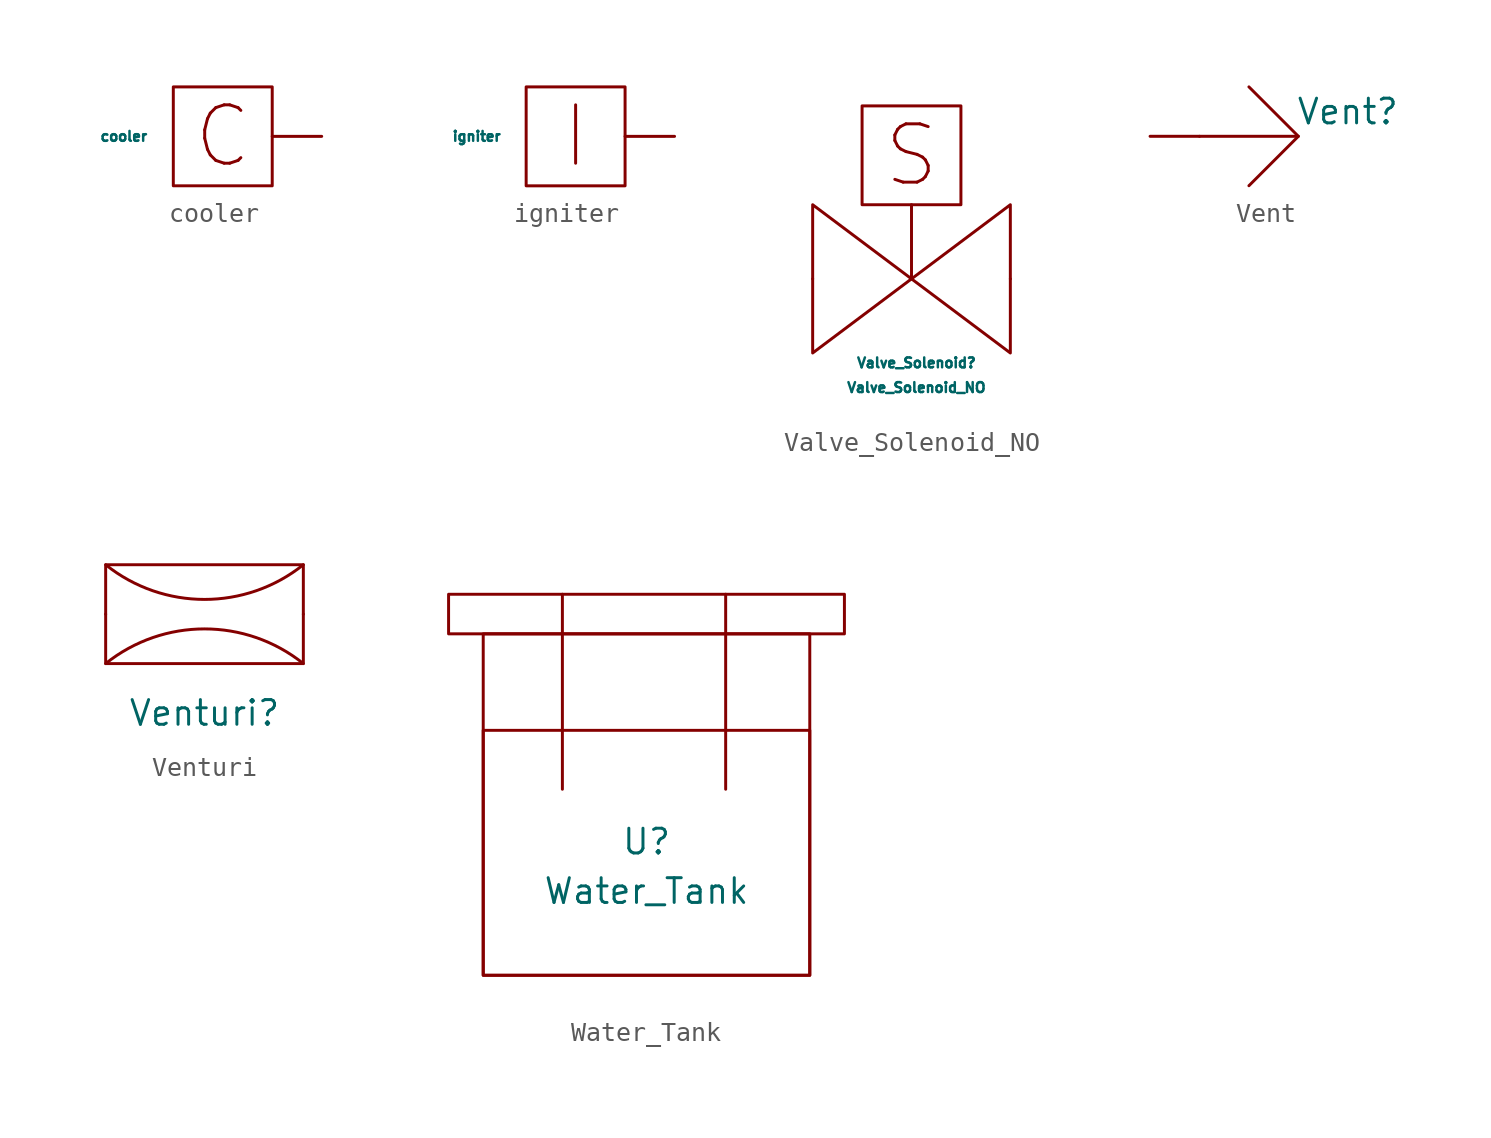
<source format=kicad_sym>
(kicad_symbol_lib
  (version 20211014)
  (generator kicad_symbol_editor)
  (symbol "cooler"
    (pin_names
      (offset 1.016))
    (property "Reference" "cooler"
      (at -5.08 2.286 0)
      (effects (font (size 0.508 0.508)) hide))
    (property "Value" "cooler"
      (at -5.08 0 0)
      (effects (font (size 0.508 0.508))))
    (symbol "cooler_0_0"
      (text "C" (at 0 0 0) (effects (font (size 2.997 2.997)))))
    (symbol "cooler_0_1"
      (rectangle (start -2.54 2.54) (end 2.54 -2.54) (stroke (width 0) (type default) (color 0 0 0 0)) (fill (type none))))
    (symbol "cooler_1_1"
      (pin input line (at 5.08 0 180) (length 2.54) (name "~" (effects (font (size 1.27 1.27)))) (number "~" (effects (font (size 1.27 1.27)))))))
  (symbol "igniter"
    (pin_names
      (offset 1.016))
    (property "Reference" "igniter"
      (at -5.08 2.286 0)
      (effects (font (size 0.508 0.508)) hide))
    (property "Value" "igniter"
      (at -5.08 0 0)
      (effects (font (size 0.508 0.508))))
    (symbol "igniter_0_0"
      (text "I" (at 0 0 0) (effects (font (size 2.997 2.997)))))
    (symbol "igniter_0_1"
      (rectangle (start -2.54 2.54) (end 2.54 -2.54) (stroke (width 0) (type default) (color 0 0 0 0)) (fill (type none))))
    (symbol "igniter_1_1"
      (pin input line (at 5.08 0 180) (length 2.54) (name "~" (effects (font (size 1.27 1.27)))) (number "~" (effects (font (size 1.27 1.27)))))))
  (symbol "Valve_Solenoid_NO"
    (pin_numbers hide)
    (pin_names
      (offset 1.016))
    (property "Reference" "Valve_Solenoid"
      (at 0.254 -4.318 0)
      (effects (font (size 0.508 0.508))))
    (property "Value" "Valve_Solenoid_NO"
      (at 0.254 -5.588 0)
      (effects (font (size 0.508 0.508))))
    (symbol "Valve_Solenoid_NO_0_0"
      (rectangle (start -2.54 3.81) (end 2.54 8.89) (stroke (width 0) (type default) (color 0 0 0 0)) (fill (type none)))
      (text "S" (at 0 6.35 0) (effects (font (size 2.997 2.997)))))
    (symbol "Valve_Solenoid_NO_0_1"
      (polyline (pts (xy 0 3.81) (xy 0 0)) (stroke (width 0) (type default) (color 0 0 0 0)) (fill (type none))))
    (symbol "Valve_Solenoid_NO_1_1"
      (polyline (pts (xy 0 0) (xy -5.08 3.81) (xy -5.08 -3.81) (xy 0 0)) (stroke (width 0) (type default) (color 0 0 0 0)) (fill (type none)))
      (polyline (pts (xy 5.08 3.81) (xy 0 0) (xy 5.08 -3.81) (xy 5.08 3.81)) (stroke (width 0) (type default) (color 0 0 0 0)) (fill (type none)))
      (pin bidirectional line (at -5.08 0 0) (length 0) (name "~" (effects (font (size 1.27 1.27)))) (number "~" (effects (font (size 1.27 1.27)))))
      (pin bidirectional line (at 5.08 0 180) (length 0) (name "~" (effects (font (size 1.27 1.27)))) (number "~" (effects (font (size 1.27 1.27)))))))
  (symbol "Vent"
    (pin_numbers hide)
    (pin_names
      (offset 1.016))
    (property "Reference" "Vent"
      (at 2.54 1.27 0)
      (effects (font (size 1.27 1.27))))
    (symbol "Vent_0_0"
      (polyline (pts (xy 0 0) (xy -5.08 0)) (stroke (width 0) (type default) (color 0 0 0 0)) (fill (type none)))
      (polyline (pts (xy -2.54 2.54) (xy 0 0) (xy -2.54 -2.54)) (stroke (width 0) (type default) (color 0 0 0 0)) (fill (type none))))
    (symbol "Vent_1_1"
      (pin bidirectional line (at -7.62 0 0) (length 2.54) (name "~" (effects (font (size 1.27 1.27)))) (number "~" (effects (font (size 1.27 1.27)))))))
  (symbol "Venturi"
    (pin_numbers hide)
    (pin_names
      (offset 1.016))
    (property "Reference" "Venturi"
      (at 0 -5.08 0)
      (effects (font (size 1.27 1.27))))
    (symbol "Venturi_0_0"
      (rectangle (start -5.08 2.54) (end 5.08 -2.54) (stroke (width 0) (type default) (color 0 0 0 0)) (fill (type none)))
      (arc (start -5.08 2.54) (mid 0 0.758) (end 5.08 2.54) (stroke (width 0) (type default) (color 0 0 0 0)) (fill (type none)))
      (arc (start 5.08 -2.54) (mid 0 -0.758) (end -5.08 -2.54) (stroke (width 0) (type default) (color 0 0 0 0)) (fill (type none))))
    (symbol "Venturi_1_1"
      (pin bidirectional line (at -5.08 0 0) (length 0) (name "~" (effects (font (size 1.27 1.27)))) (number "~" (effects (font (size 1.27 1.27)))))
      (pin bidirectional line (at 5.08 0 180) (length 0) (name "~" (effects (font (size 1.27 1.27)))) (number "~" (effects (font (size 1.27 1.27)))))))
  (symbol "Water_Tank"
    (pin_names
      (offset 1.016))
    (property "Reference" "U"
      (at 0 -1.016 0)
      (effects (font (size 1.27 1.27))))
    (property "Value" "Water_Tank"
      (at 0 -3.556 0)
      (effects (font (size 1.27 1.27))))
    (symbol "Water_Tank_0_1"
      (rectangle (start -10.16 9.652) (end 10.16 11.684) (stroke (width 0) (type default) (color 0 0 0 0)) (fill (type none)))
      (rectangle (start -8.382 -7.874) (end 8.382 4.699) (stroke (width 0) (type default) (color 0 0 0 0)) (fill (type none)))
      (rectangle (start -8.382 9.652) (end 8.382 -7.874) (stroke (width 0) (type default) (color 0 0 0 0)) (fill (type none))))
    (symbol "Water_Tank_1_1"
      (pin bidirectional line (at -4.318 11.684 270) (length 10.008) (name "~" (effects (font (size 1.27 1.27)))) (number "~" (effects (font (size 1.27 1.27)))))
      (pin bidirectional line (at 4.064 11.684 270) (length 10.008) (name "~" (effects (font (size 1.27 1.27)))) (number "~" (effects (font (size 1.27 1.27))))))))
</source>
